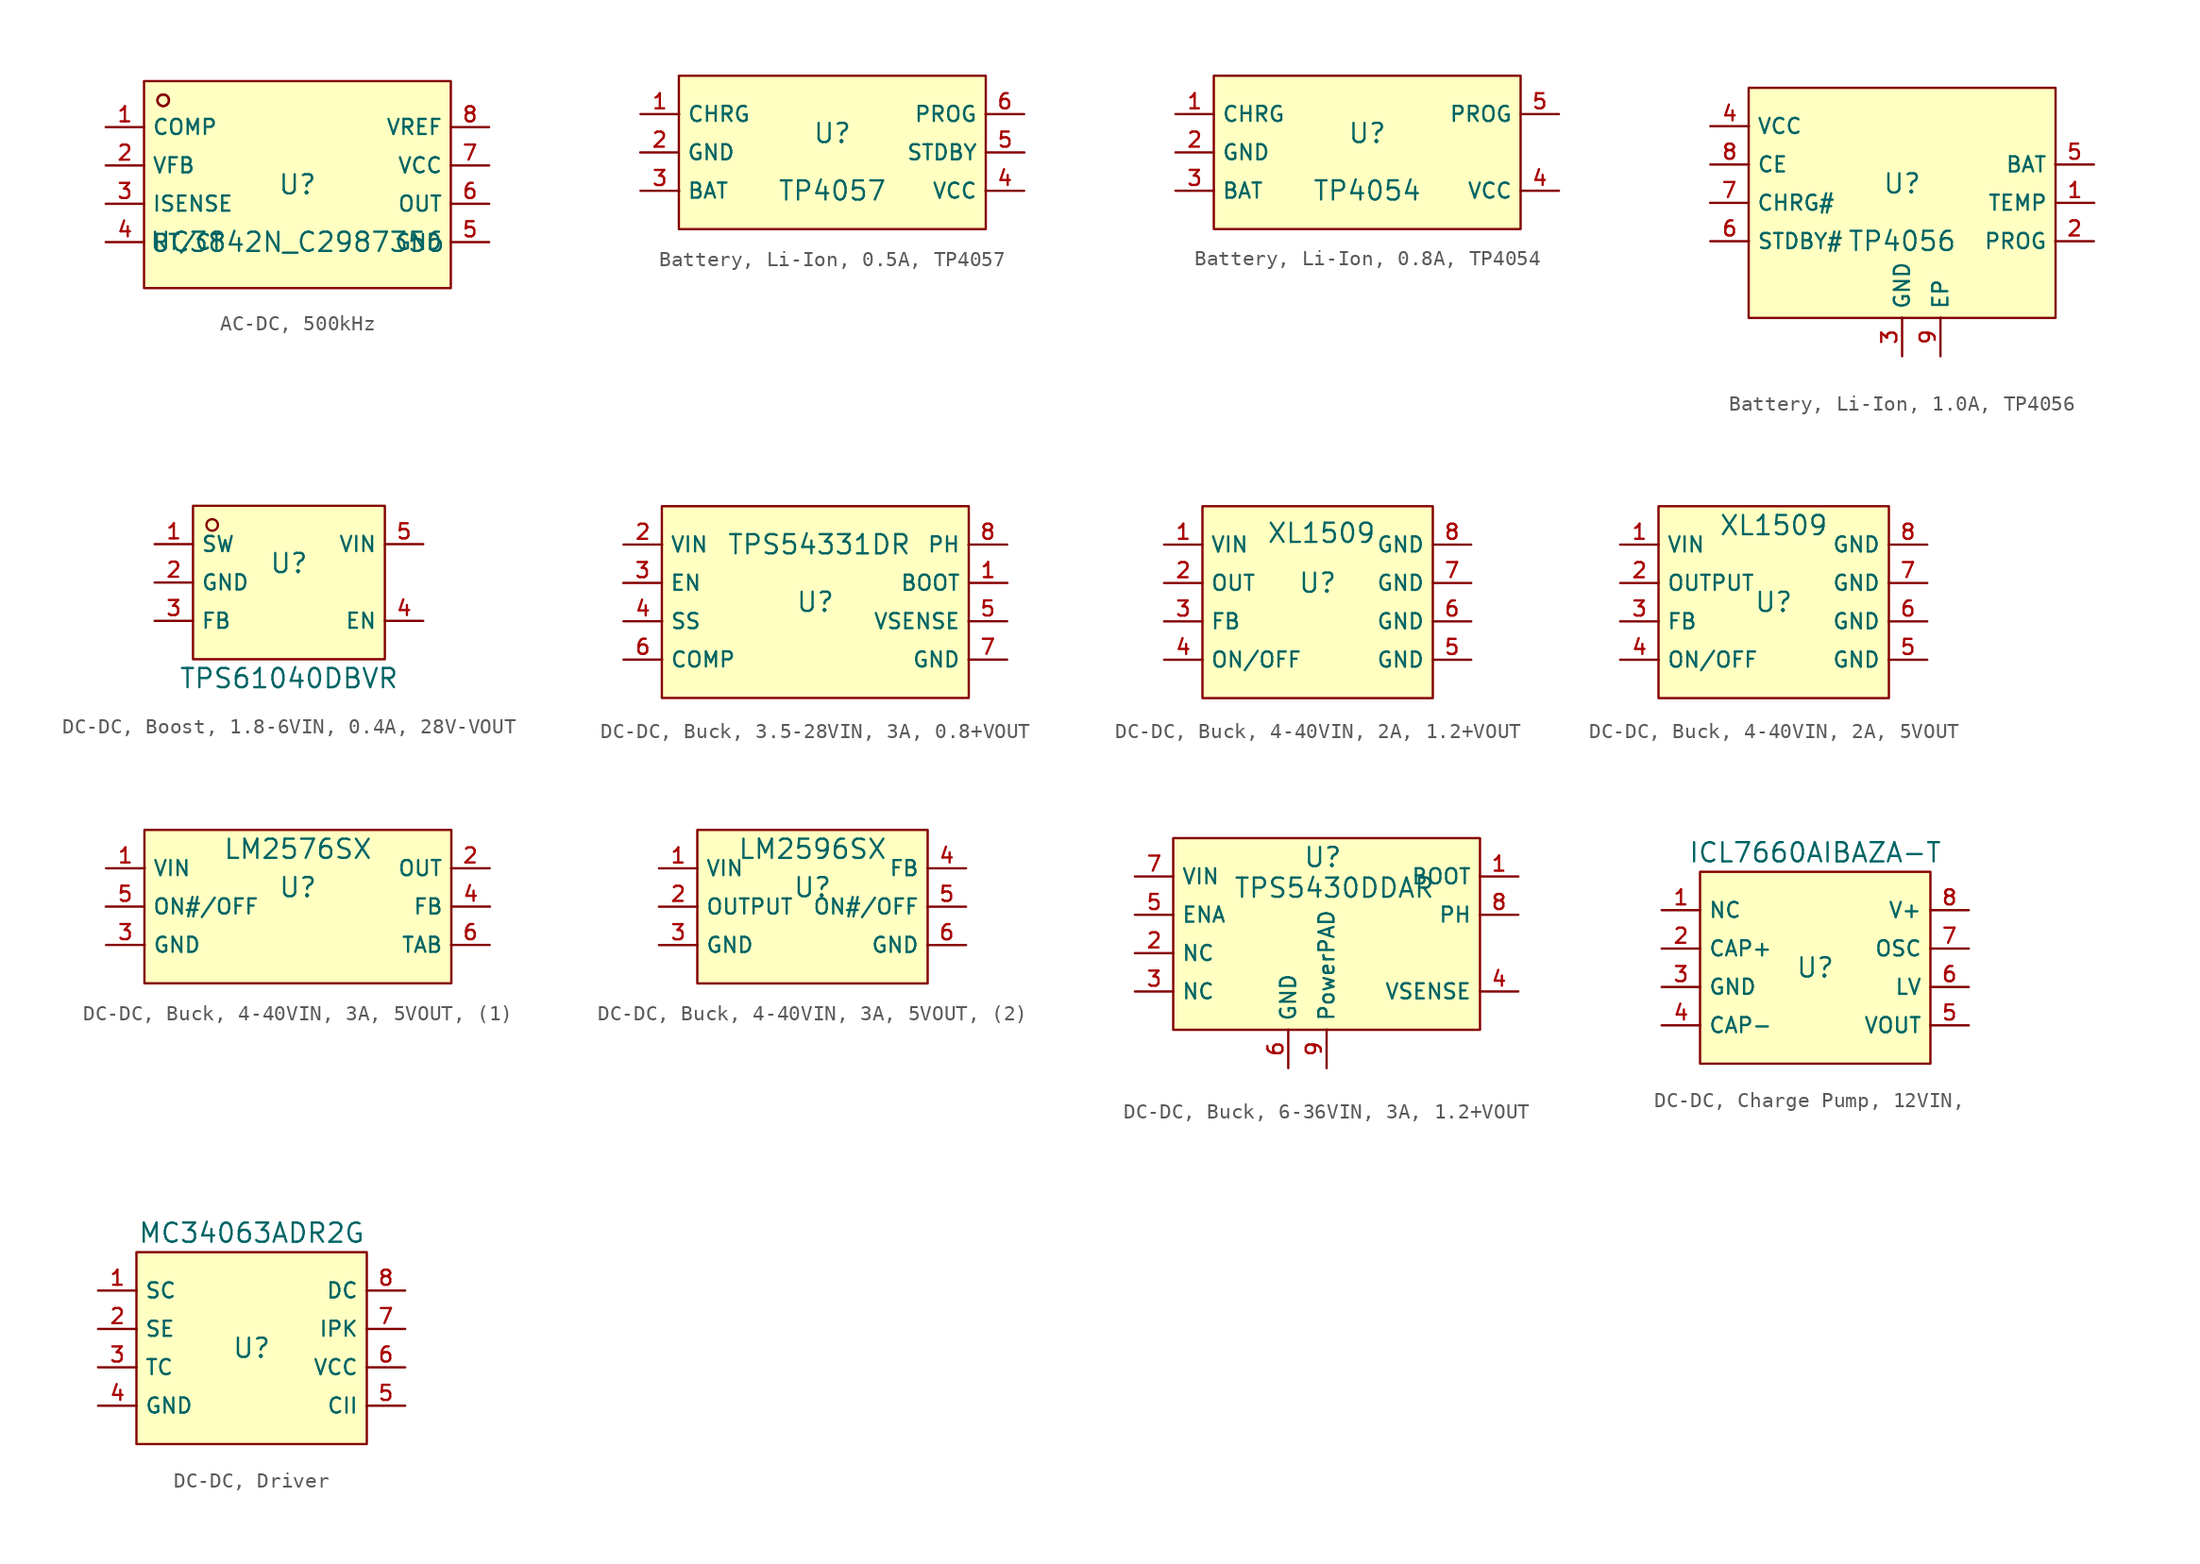
<source format=kicad_sym>
(kicad_symbol_lib
  (version 20231120)
  (generator "kicad_symbol_editor")
  (generator_version "8.0")
  (symbol "AC-DC, 500kHz"
    (property "Reference" "U"
      (at 0 1.27 0)
      (effects (font (size 1.27 1.27))))
    (property "Value" "UC3842N_C2987356"
      (at 0 -2.54 0)
      (effects (font (size 1.27 1.27))))
    (symbol "AC-DC, 500kHz_0_1"
      (rectangle (start -10.16 8.128) (end 10.16 -5.588) (stroke (width 0) (type default)) (fill (type background)))
      (circle (center -8.89 6.858) (radius 0.381) (stroke (width 0) (type default)) (fill (type background)))
      (circle (center -8.89 6.858) (radius 0.381) (stroke (width 0) (type default)) (fill (type background)))
      (pin unspecified line (at -12.7 5.08 0) (length 2.54) (name "COMP" (effects (font (size 1 1)))) (number "1" (effects (font (size 1 1)))))
      (pin unspecified line (at -12.7 2.54 0) (length 2.54) (name "VFB" (effects (font (size 1 1)))) (number "2" (effects (font (size 1 1)))))
      (pin unspecified line (at -12.7 0 0) (length 2.54) (name "ISENSE" (effects (font (size 1 1)))) (number "3" (effects (font (size 1 1)))))
      (pin unspecified line (at -12.7 -2.54 0) (length 2.54) (name "RT/CT" (effects (font (size 1 1)))) (number "4" (effects (font (size 1 1)))))
      (pin unspecified line (at 12.7 -2.54 180) (length 2.54) (name "GND" (effects (font (size 1 1)))) (number "5" (effects (font (size 1 1)))))
      (pin unspecified line (at 12.7 0 180) (length 2.54) (name "OUT" (effects (font (size 1 1)))) (number "6" (effects (font (size 1 1)))))
      (pin unspecified line (at 12.7 2.54 180) (length 2.54) (name "VCC" (effects (font (size 1 1)))) (number "7" (effects (font (size 1 1)))))
      (pin unspecified line (at 12.7 5.08 180) (length 2.54) (name "VREF" (effects (font (size 1 1)))) (number "8" (effects (font (size 1 1)))))))
  (symbol "Battery, Li-Ion, 0.5A, TP4057"
    (property "Reference" "U"
      (at 0 1.27 0)
      (effects (font (size 1.27 1.27))))
    (property "Value" "TP4057"
      (at 0 -2.54 0)
      (effects (font (size 1.27 1.27))))
    (symbol "Battery, Li-Ion, 0.5A, TP4057_0_1"
      (rectangle (start -10.16 5.08) (end 10.16 -5.08) (stroke (width 0) (type default)) (fill (type background))))
    (symbol "Battery, Li-Ion, 0.5A, TP4057_1_1"
      (pin unspecified line (at -12.7 2.54 0) (length 2.56) (name "CHRG" (effects (font (size 1 1)))) (number "1" (effects (font (size 1 1)))))
      (pin unspecified line (at -12.72 0 0) (length 2.56) (name "GND" (effects (font (size 1 1)))) (number "2" (effects (font (size 1 1)))))
      (pin unspecified line (at -12.7 -2.54 0) (length 2.56) (name "BAT" (effects (font (size 1 1)))) (number "3" (effects (font (size 1 1)))))
      (pin unspecified line (at 12.7 -2.54 180) (length 2.56) (name "VCC" (effects (font (size 1 1)))) (number "4" (effects (font (size 1 1)))))
      (pin unspecified line (at 12.72 0 180) (length 2.56) (name "STDBY" (effects (font (size 1 1)))) (number "5" (effects (font (size 1 1)))))
      (pin unspecified line (at 12.7 2.54 180) (length 2.56) (name "PROG" (effects (font (size 1 1)))) (number "6" (effects (font (size 1 1)))))))
  (symbol "Battery, Li-Ion, 0.8A, TP4054"
    (property "Reference" "U"
      (at 0 1.27 0)
      (effects (font (size 1.27 1.27))))
    (property "Value" "TP4054"
      (at 0 -2.54 0)
      (effects (font (size 1.27 1.27))))
    (symbol "Battery, Li-Ion, 0.8A, TP4054_0_1"
      (rectangle (start -10.16 5.08) (end 10.16 -5.08) (stroke (width 0) (type default)) (fill (type background)))
      (pin unspecified line (at -12.7 2.54 0) (length 2.54) (name "CHRG" (effects (font (size 1 1)))) (number "1" (effects (font (size 1 1)))))
      (pin unspecified line (at -12.7 0 0) (length 2.54) (name "GND" (effects (font (size 1 1)))) (number "2" (effects (font (size 1 1)))))
      (pin unspecified line (at -12.7 -2.54 0) (length 2.54) (name "BAT" (effects (font (size 1 1)))) (number "3" (effects (font (size 1 1)))))
      (pin unspecified line (at 12.7 -2.54 180) (length 2.54) (name "VCC" (effects (font (size 1 1)))) (number "4" (effects (font (size 1 1)))))
      (pin unspecified line (at 12.7 2.54 180) (length 2.54) (name "PROG" (effects (font (size 1 1)))) (number "5" (effects (font (size 1 1)))))))
  (symbol "Battery, Li-Ion, 1.0A, TP4056"
    (property "Reference" "U"
      (at 0 1.27 0)
      (effects (font (size 1.27 1.27))))
    (property "Value" "TP4056"
      (at 0 -2.54 0)
      (effects (font (size 1.27 1.27))))
    (symbol "Battery, Li-Ion, 1.0A, TP4056_0_1"
      (rectangle (start -10.16 7.62) (end 10.16 -7.62) (stroke (width 0) (type default)) (fill (type background))))
    (symbol "Battery, Li-Ion, 1.0A, TP4056_1_1"
      (pin unspecified line (at 12.72 0 180) (length 2.56) (name "TEMP" (effects (font (size 1 1)))) (number "1" (effects (font (size 1 1)))))
      (pin unspecified line (at 12.7 -2.54 180) (length 2.56) (name "PROG" (effects (font (size 1 1)))) (number "2" (effects (font (size 1 1)))))
      (pin unspecified line (at 0 -10.16 90) (length 2.56) (name "GND" (effects (font (size 1 1)))) (number "3" (effects (font (size 1 1)))))
      (pin unspecified line (at -12.7 5.08 0) (length 2.56) (name "VCC" (effects (font (size 1 1)))) (number "4" (effects (font (size 1 1)))))
      (pin unspecified line (at 12.7 2.54 180) (length 2.56) (name "BAT" (effects (font (size 1 1)))) (number "5" (effects (font (size 1 1)))))
      (pin unspecified line (at -12.7 -2.54 0) (length 2.56) (name "STDBY#" (effects (font (size 1 1)))) (number "6" (effects (font (size 1 1)))))
      (pin unspecified line (at -12.72 0 0) (length 2.56) (name "CHRG#" (effects (font (size 1 1)))) (number "7" (effects (font (size 1 1)))))
      (pin unspecified line (at -12.7 2.54 0) (length 2.56) (name "CE" (effects (font (size 1 1)))) (number "8" (effects (font (size 1 1)))))
      (pin unspecified line (at 2.54 -10.16 90) (length 2.56) (name "EP" (effects (font (size 1 1)))) (number "9" (effects (font (size 1 1)))))))
  (symbol "DC-DC, Boost, 1.8-6VIN, 0.4A, 28V-VOUT"
    (property "Reference" "U"
      (at -1.27 1.27 0)
      (effects (font (size 1.27 1.27))))
    (property "Value" "TPS61040DBVR"
      (at -1.27 -6.35 0)
      (effects (font (size 1.27 1.27))))
    (symbol "DC-DC, Boost, 1.8-6VIN, 0.4A, 28V-VOUT_0_1"
      (rectangle (start -7.62 5.08) (end 5.08 -5.08) (stroke (width 0) (type default)) (fill (type background)))
      (circle (center -6.35 3.81) (radius 0.381) (stroke (width 0) (type default)) (fill (type background)))
      (pin unspecified line (at -10.16 2.54 0) (length 2.54) (name "SW" (effects (font (size 1 1)))) (number "1" (effects (font (size 1 1)))))
      (pin unspecified line (at -10.16 0 0) (length 2.54) (name "GND" (effects (font (size 1 1)))) (number "2" (effects (font (size 1 1)))))
      (pin unspecified line (at -10.16 -2.54 0) (length 2.54) (name "FB" (effects (font (size 1 1)))) (number "3" (effects (font (size 1 1)))))
      (pin unspecified line (at 7.62 -2.54 180) (length 2.54) (name "EN" (effects (font (size 1 1)))) (number "4" (effects (font (size 1 1)))))
      (pin unspecified line (at 7.62 2.54 180) (length 2.54) (name "VIN" (effects (font (size 1 1)))) (number "5" (effects (font (size 1 1)))))))
  (symbol "DC-DC, Buck, 3.5-28VIN, 3A, 0.8+VOUT"
    (property "Reference" "U"
      (at 0 1.27 0)
      (effects (font (size 1.27 1.27))))
    (property "Value" "TPS54331DR"
      (at 0.254 5.08 0)
      (effects (font (size 1.27 1.27))))
    (symbol "DC-DC, Buck, 3.5-28VIN, 3A, 0.8+VOUT_0_1"
      (rectangle (start -10.16 7.62) (end 10.16 -5.08) (stroke (width 0) (type default)) (fill (type background))))
    (symbol "DC-DC, Buck, 3.5-28VIN, 3A, 0.8+VOUT_1_1"
      (pin unspecified line (at 12.72 2.54 180) (length 2.56) (name "BOOT" (effects (font (size 1 1)))) (number "1" (effects (font (size 1 1)))))
      (pin power_in line (at -12.7 5.08 0) (length 2.56) (name "VIN" (effects (font (size 1 1)))) (number "2" (effects (font (size 1 1)))))
      (pin unspecified line (at -12.72 2.54 0) (length 2.56) (name "EN" (effects (font (size 1 1)))) (number "3" (effects (font (size 1 1)))))
      (pin unspecified line (at -12.7 0 0) (length 2.56) (name "SS" (effects (font (size 1 1)))) (number "4" (effects (font (size 1 1)))))
      (pin unspecified line (at 12.7 0 180) (length 2.56) (name "VSENSE" (effects (font (size 1 1)))) (number "5" (effects (font (size 1 1)))))
      (pin unspecified line (at -12.7 -2.54 0) (length 2.56) (name "COMP" (effects (font (size 1 1)))) (number "6" (effects (font (size 1 1)))))
      (pin power_in line (at 12.7 -2.54 180) (length 2.56) (name "GND" (effects (font (size 1 1)))) (number "7" (effects (font (size 1 1)))))
      (pin power_in line (at 12.7 5.08 180) (length 2.56) (name "PH" (effects (font (size 1 1)))) (number "8" (effects (font (size 1 1)))))))
  (symbol "DC-DC, Buck, 4-40VIN, 2A, 1.2+VOUT"
    (property "Reference" "U"
      (at 0 2.54 0)
      (effects (font (size 1.27 1.27))))
    (property "Value" "XL1509"
      (at 0.254 5.842 0)
      (effects (font (size 1.27 1.27))))
    (symbol "DC-DC, Buck, 4-40VIN, 2A, 1.2+VOUT_0_1"
      (rectangle (start -7.62 7.62) (end 7.62 -5.08) (stroke (width 0) (type default)) (fill (type background)))
      (pin unspecified line (at -10.16 5.08 0) (length 2.54) (name "VIN" (effects (font (size 1 1)))) (number "1" (effects (font (size 1 1)))))
      (pin unspecified line (at -10.16 2.54 0) (length 2.54) (name "OUT" (effects (font (size 1 1)))) (number "2" (effects (font (size 1 1)))))
      (pin unspecified line (at -10.16 0 0) (length 2.54) (name "FB" (effects (font (size 1 1)))) (number "3" (effects (font (size 1 1)))))
      (pin unspecified line (at -10.16 -2.54 0) (length 2.54) (name "ON/OFF" (effects (font (size 1 1)))) (number "4" (effects (font (size 1 1)))))
      (pin unspecified line (at 10.16 -2.54 180) (length 2.54) (name "GND" (effects (font (size 1 1)))) (number "5" (effects (font (size 1 1)))))
      (pin unspecified line (at 10.16 0 180) (length 2.54) (name "GND" (effects (font (size 1 1)))) (number "6" (effects (font (size 1 1)))))
      (pin unspecified line (at 10.16 2.54 180) (length 2.54) (name "GND" (effects (font (size 1 1)))) (number "7" (effects (font (size 1 1)))))
      (pin unspecified line (at 10.16 5.08 180) (length 2.54) (name "GND" (effects (font (size 1 1)))) (number "8" (effects (font (size 1 1)))))))
  (symbol "DC-DC, Buck, 4-40VIN, 2A, 5VOUT"
    (property "Reference" "U"
      (at 0 1.27 0)
      (effects (font (size 1.27 1.27))))
    (property "Value" "XL1509"
      (at 0 6.35 0)
      (effects (font (size 1.27 1.27))))
    (symbol "DC-DC, Buck, 4-40VIN, 2A, 5VOUT_0_1"
      (rectangle (start -7.62 7.62) (end 7.62 -5.08) (stroke (width 0) (type default)) (fill (type background))))
    (symbol "DC-DC, Buck, 4-40VIN, 2A, 5VOUT_1_1"
      (pin unspecified line (at -10.16 5.08 0) (length 2.56) (name "VIN" (effects (font (size 1 1)))) (number "1" (effects (font (size 1 1)))))
      (pin unspecified line (at -10.16 2.54 0) (length 2.56) (name "OUTPUT" (effects (font (size 1 1)))) (number "2" (effects (font (size 1 1)))))
      (pin unspecified line (at -10.16 0 0) (length 2.56) (name "FB" (effects (font (size 1 1)))) (number "3" (effects (font (size 1 1)))))
      (pin unspecified line (at -10.16 -2.54 0) (length 2.56) (name "ON/OFF" (effects (font (size 1 1)))) (number "4" (effects (font (size 1 1)))))
      (pin unspecified line (at 10.16 -2.54 180) (length 2.56) (name "GND" (effects (font (size 1 1)))) (number "5" (effects (font (size 1 1)))))
      (pin unspecified line (at 10.16 0 180) (length 2.56) (name "GND" (effects (font (size 1 1)))) (number "6" (effects (font (size 1 1)))))
      (pin unspecified line (at 10.16 2.54 180) (length 2.56) (name "GND" (effects (font (size 1 1)))) (number "7" (effects (font (size 1 1)))))
      (pin unspecified line (at 10.16 5.08 180) (length 2.56) (name "GND" (effects (font (size 1 1)))) (number "8" (effects (font (size 1 1)))))))
  (symbol "DC-DC, Buck, 4-40VIN, 3A, 5VOUT, (1)"
    (property "Reference" "U"
      (at 0 1.27 0)
      (effects (font (size 1.27 1.27))))
    (property "Value" "LM2576SX"
      (at 0 3.81 0)
      (effects (font (size 1.27 1.27))))
    (symbol "DC-DC, Buck, 4-40VIN, 3A, 5VOUT, (1)_0_1"
      (rectangle (start -10.16 5.08) (end 10.16 -5.08) (stroke (width 0) (type default)) (fill (type background))))
    (symbol "DC-DC, Buck, 4-40VIN, 3A, 5VOUT, (1)_1_1"
      (pin power_in line (at -12.7 2.54 0) (length 2.56) (name "VIN" (effects (font (size 1 1)))) (number "1" (effects (font (size 1 1)))))
      (pin power_in line (at 12.7 2.54 180) (length 2.56) (name "OUT" (effects (font (size 1 1)))) (number "2" (effects (font (size 1 1)))))
      (pin power_in line (at -12.7 -2.54 0) (length 2.56) (name "GND" (effects (font (size 1 1)))) (number "3" (effects (font (size 1 1)))))
      (pin unspecified line (at 12.72 0 180) (length 2.56) (name "FB" (effects (font (size 1 1)))) (number "4" (effects (font (size 1 1)))))
      (pin unspecified line (at -12.72 0 0) (length 2.56) (name "ON#/OFF" (effects (font (size 1 1)))) (number "5" (effects (font (size 1 1)))))
      (pin power_in line (at 12.7 -2.54 180) (length 2.56) (name "TAB" (effects (font (size 1 1)))) (number "6" (effects (font (size 1 1)))))))
  (symbol "DC-DC, Buck, 4-40VIN, 3A, 5VOUT, (2)"
    (property "Reference" "U"
      (at 0 1.27 0)
      (effects (font (size 1.27 1.27))))
    (property "Value" "LM2596SX"
      (at 0 3.81 0)
      (effects (font (size 1.27 1.27))))
    (symbol "DC-DC, Buck, 4-40VIN, 3A, 5VOUT, (2)_0_1"
      (rectangle (start -7.62 5.08) (end 7.62 -5.08) (stroke (width 0) (type default)) (fill (type background))))
    (symbol "DC-DC, Buck, 4-40VIN, 3A, 5VOUT, (2)_1_1"
      (pin unspecified line (at -10.16 2.54 0) (length 2.56) (name "VIN" (effects (font (size 1 1)))) (number "1" (effects (font (size 1 1)))))
      (pin unspecified line (at -10.16 0 0) (length 2.56) (name "OUTPUT" (effects (font (size 1 1)))) (number "2" (effects (font (size 1 1)))))
      (pin unspecified line (at -10.16 -2.54 0) (length 2.56) (name "GND" (effects (font (size 1 1)))) (number "3" (effects (font (size 1 1)))))
      (pin unspecified line (at 10.16 2.54 180) (length 2.56) (name "FB" (effects (font (size 1 1)))) (number "4" (effects (font (size 1 1)))))
      (pin unspecified line (at 10.16 0 180) (length 2.56) (name "ON#/OFF" (effects (font (size 1 1)))) (number "5" (effects (font (size 1 1)))))
      (pin unspecified line (at 10.16 -2.54 180) (length 2.56) (name "GND" (effects (font (size 1 1)))) (number "6" (effects (font (size 1 1)))))))
  (symbol "DC-DC, Buck, 6-36VIN, 3A, 1.2+VOUT"
    (property "Reference" "U"
      (at -0.254 6.35 0)
      (effects (font (size 1.27 1.27))))
    (property "Value" "TPS5430DDAR"
      (at 0.508 4.318 0)
      (effects (font (size 1.27 1.27))))
    (symbol "DC-DC, Buck, 6-36VIN, 3A, 1.2+VOUT_0_1"
      (rectangle (start -10.16 7.62) (end 10.16 -5.08) (stroke (width 0) (type default)) (fill (type background))))
    (symbol "DC-DC, Buck, 6-36VIN, 3A, 1.2+VOUT_1_1"
      (pin unspecified line (at 12.7 5.08 180) (length 2.56) (name "BOOT" (effects (font (size 1 1)))) (number "1" (effects (font (size 1 1)))))
      (pin unspecified line (at -12.7 0 0) (length 2.56) (name "NC" (effects (font (size 1 1)))) (number "2" (effects (font (size 1 1)))))
      (pin unspecified line (at -12.7 -2.54 0) (length 2.56) (name "NC" (effects (font (size 1 1)))) (number "3" (effects (font (size 1 1)))))
      (pin unspecified line (at 12.7 -2.54 180) (length 2.56) (name "VSENSE" (effects (font (size 1 1)))) (number "4" (effects (font (size 1 1)))))
      (pin unspecified line (at -12.7 2.54 0) (length 2.56) (name "ENA" (effects (font (size 1 1)))) (number "5" (effects (font (size 1 1)))))
      (pin unspecified line (at -2.54 -7.62 90) (length 2.56) (name "GND" (effects (font (size 1 1)))) (number "6" (effects (font (size 1 1)))))
      (pin unspecified line (at -12.7 5.08 0) (length 2.56) (name "VIN" (effects (font (size 1 1)))) (number "7" (effects (font (size 1 1)))))
      (pin unspecified line (at 12.7 2.54 180) (length 2.56) (name "PH" (effects (font (size 1 1)))) (number "8" (effects (font (size 1 1)))))
      (pin unspecified line (at 0 -7.62 90) (length 2.56) (name "PowerPAD" (effects (font (size 1 1)))) (number "9" (effects (font (size 1 1)))))))
  (symbol "DC-DC, Charge Pump, 12VIN, "
    (property "Reference" "U"
      (at 0 1.27 0)
      (effects (font (size 1.27 1.27))))
    (property "Value" "ICL7660AIBAZA-T"
      (at 0 8.89 0)
      (effects (font (size 1.27 1.27))))
    (symbol "DC-DC, Charge Pump, 12VIN, _0_1"
      (rectangle (start -7.62 7.62) (end 7.62 -5.08) (stroke (width 0) (type default)) (fill (type background))))
    (symbol "DC-DC, Charge Pump, 12VIN, _1_1"
      (pin unspecified line (at -10.16 5.08 0) (length 2.56) (name "NC" (effects (font (size 1 1)))) (number "1" (effects (font (size 1 1)))))
      (pin unspecified line (at -10.16 2.54 0) (length 2.56) (name "CAP+" (effects (font (size 1 1)))) (number "2" (effects (font (size 1 1)))))
      (pin unspecified line (at -10.16 0 0) (length 2.56) (name "GND" (effects (font (size 1 1)))) (number "3" (effects (font (size 1 1)))))
      (pin unspecified line (at -10.16 -2.54 0) (length 2.56) (name "CAP-" (effects (font (size 1 1)))) (number "4" (effects (font (size 1 1)))))
      (pin unspecified line (at 10.16 -2.54 180) (length 2.56) (name "VOUT" (effects (font (size 1 1)))) (number "5" (effects (font (size 1 1)))))
      (pin unspecified line (at 10.16 0 180) (length 2.56) (name "LV" (effects (font (size 1 1)))) (number "6" (effects (font (size 1 1)))))
      (pin unspecified line (at 10.16 2.54 180) (length 2.56) (name "OSC" (effects (font (size 1 1)))) (number "7" (effects (font (size 1 1)))))
      (pin unspecified line (at 10.16 5.08 180) (length 2.56) (name "V+" (effects (font (size 1 1)))) (number "8" (effects (font (size 1 1)))))))
  (symbol "DC-DC, Driver"
    (property "Reference" "U"
      (at 0 1.27 0)
      (effects (font (size 1.27 1.27))))
    (property "Value" "MC34063ADR2G"
      (at 0 8.89 0)
      (effects (font (size 1.27 1.27))))
    (symbol "DC-DC, Driver_0_1"
      (rectangle (start -7.62 7.62) (end 7.62 -5.08) (stroke (width 0) (type default)) (fill (type background))))
    (symbol "DC-DC, Driver_1_1"
      (pin unspecified line (at -10.16 5.08 0) (length 2.56) (name "SC" (effects (font (size 1 1)))) (number "1" (effects (font (size 1 1)))))
      (pin unspecified line (at -10.16 2.54 0) (length 2.56) (name "SE" (effects (font (size 1 1)))) (number "2" (effects (font (size 1 1)))))
      (pin unspecified line (at -10.16 0 0) (length 2.56) (name "TC" (effects (font (size 1 1)))) (number "3" (effects (font (size 1 1)))))
      (pin unspecified line (at -10.16 -2.54 0) (length 2.56) (name "GND" (effects (font (size 1 1)))) (number "4" (effects (font (size 1 1)))))
      (pin unspecified line (at 10.16 -2.54 180) (length 2.56) (name "CII" (effects (font (size 1 1)))) (number "5" (effects (font (size 1 1)))))
      (pin unspecified line (at 10.16 0 180) (length 2.56) (name "VCC" (effects (font (size 1 1)))) (number "6" (effects (font (size 1 1)))))
      (pin unspecified line (at 10.16 2.54 180) (length 2.56) (name "IPK" (effects (font (size 1 1)))) (number "7" (effects (font (size 1 1)))))
      (pin unspecified line (at 10.16 5.08 180) (length 2.56) (name "DC" (effects (font (size 1 1)))) (number "8" (effects (font (size 1 1))))))))
</source>
